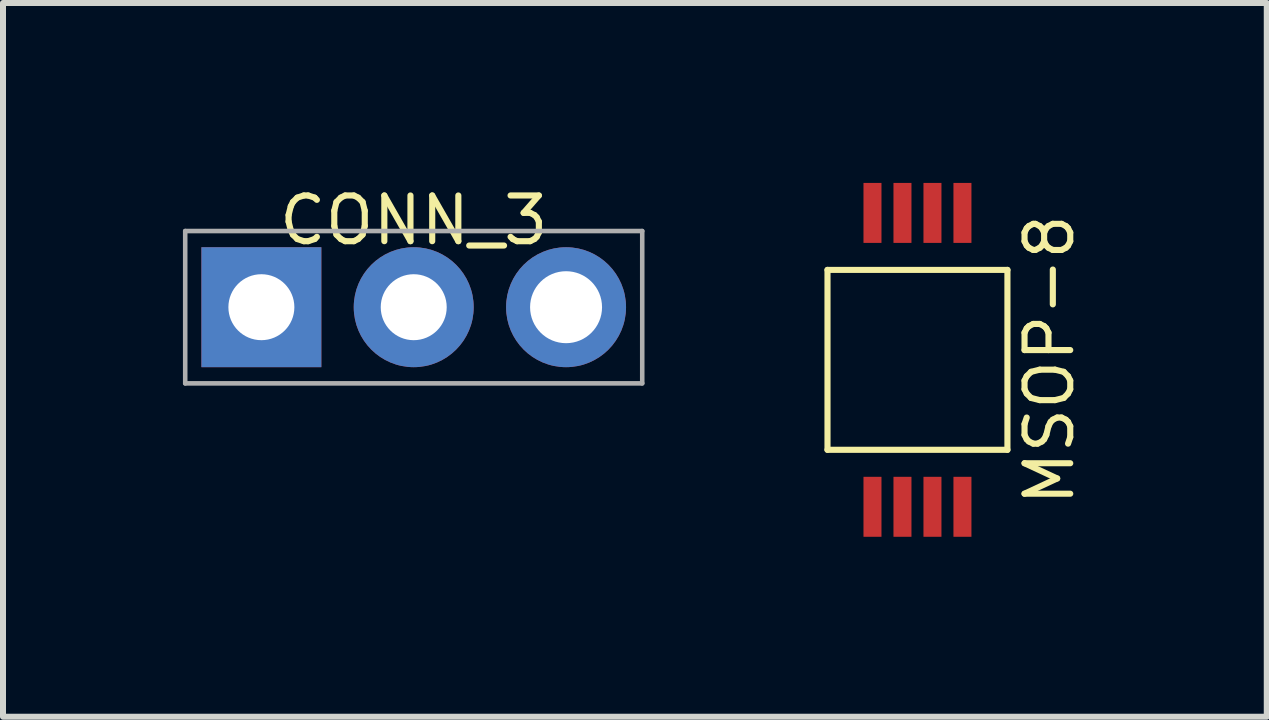
<source format=kicad_pcb>
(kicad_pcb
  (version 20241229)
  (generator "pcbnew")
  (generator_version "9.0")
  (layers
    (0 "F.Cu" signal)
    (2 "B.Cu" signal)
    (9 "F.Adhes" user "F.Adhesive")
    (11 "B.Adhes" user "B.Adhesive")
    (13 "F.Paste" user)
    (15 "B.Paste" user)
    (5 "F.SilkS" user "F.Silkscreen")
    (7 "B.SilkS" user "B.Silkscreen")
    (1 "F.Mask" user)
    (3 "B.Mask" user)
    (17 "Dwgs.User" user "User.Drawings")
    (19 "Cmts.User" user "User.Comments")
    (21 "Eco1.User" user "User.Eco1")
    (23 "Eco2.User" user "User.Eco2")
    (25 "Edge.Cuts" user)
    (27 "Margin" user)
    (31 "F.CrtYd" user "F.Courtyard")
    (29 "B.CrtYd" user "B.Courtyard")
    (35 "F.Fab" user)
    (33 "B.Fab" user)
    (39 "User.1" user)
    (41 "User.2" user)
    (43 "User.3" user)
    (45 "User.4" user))
  (footprint "MSOP-8"
    (layer "F.Cu")
    (at 12.247 2.95)
    (property "Reference" "MSOP-8" (at 2.2 0 90) (layer "F.SilkS") (effects (font (size 0.762 0.762) (thickness 0.102))))
    (attr through_hole)
    (fp_line (start -1.5 -1.5) (end 1.5 -1.5) (stroke (width 0.102) (type solid)) (layer "F.SilkS"))
    (fp_line (start -1.5 1.5) (end -1.5 -1.5) (stroke (width 0.102) (type solid)) (layer "F.SilkS"))
    (fp_line (start 1.5 -1.5) (end 1.5 1.5) (stroke (width 0.102) (type solid)) (layer "F.SilkS"))
    (fp_line (start 1.5 1.5) (end -1.5 1.5) (stroke (width 0.102) (type solid)) (layer "F.SilkS"))
    (pad "1" smd rect (at -0.75 2.45) (size 0.3 1) (layers "F.Cu" "F.Mask" "F.Paste"))
    (pad "2" smd rect (at -0.25 2.45) (size 0.3 1) (layers "F.Cu" "F.Mask" "F.Paste"))
    (pad "3" smd rect (at 0.25 2.45) (size 0.3 1) (layers "F.Cu" "F.Mask" "F.Paste"))
    (pad "4" smd rect (at 0.75 2.45) (size 0.3 1) (layers "F.Cu" "F.Mask" "F.Paste"))
    (pad "5" smd rect (at 0.75 -2.45) (size 0.3 1) (layers "F.Cu" "F.Mask" "F.Paste"))
    (pad "6" smd rect (at 0.25 -2.45) (size 0.3 1) (layers "F.Cu" "F.Mask" "F.Paste"))
    (pad "7" smd rect (at -0.25 -2.45) (size 0.3 1) (layers "F.Cu" "F.Mask" "F.Paste"))
    (pad "8" smd rect (at -0.75 -2.45) (size 0.3 1) (layers "F.Cu" "F.Mask" "F.Paste")))
  (footprint "CONN_3"
    (layer "F.Cu")
    (at 3.848 2.072)
    (property "Reference" "CONN_3" (at 0 -1.448 0) (layer "F.SilkS") (effects (font (size 0.762 0.762) (thickness 0.102))))
    (attr through_hole)
    (fp_line (start -3.81 -1.27) (end 3.81 -1.27) (stroke (width 0.076) (type solid)) (layer "F.Fab"))
    (fp_line (start -3.81 1.27) (end -3.81 -1.27) (stroke (width 0.076) (type solid)) (layer "F.Fab"))
    (fp_line (start 3.81 -1.27) (end 3.81 1.27) (stroke (width 0.076) (type solid)) (layer "F.Fab"))
    (fp_line (start 3.81 1.27) (end -3.81 1.27) (stroke (width 0.076) (type solid)) (layer "F.Fab"))
    (pad "1" thru_hole rect (at -2.54 0) (size 2 2) (drill 1.1) (layers "*.Cu" "*.Mask"))
    (pad "2" thru_hole circle (at 0 0) (size 2 2) (drill 1.1) (layers "*.Cu" "*.Mask"))
    (pad "3" thru_hole circle (at 2.54 0) (size 2 2) (drill 1.2) (layers "*.Cu" "*.Mask")))
  (gr_rect
    (start -3 -3)
    (end 18.071 8.9)
    (stroke (width 0.1) (type default))
    (fill no)
    (layer "Edge.Cuts")))
</source>
